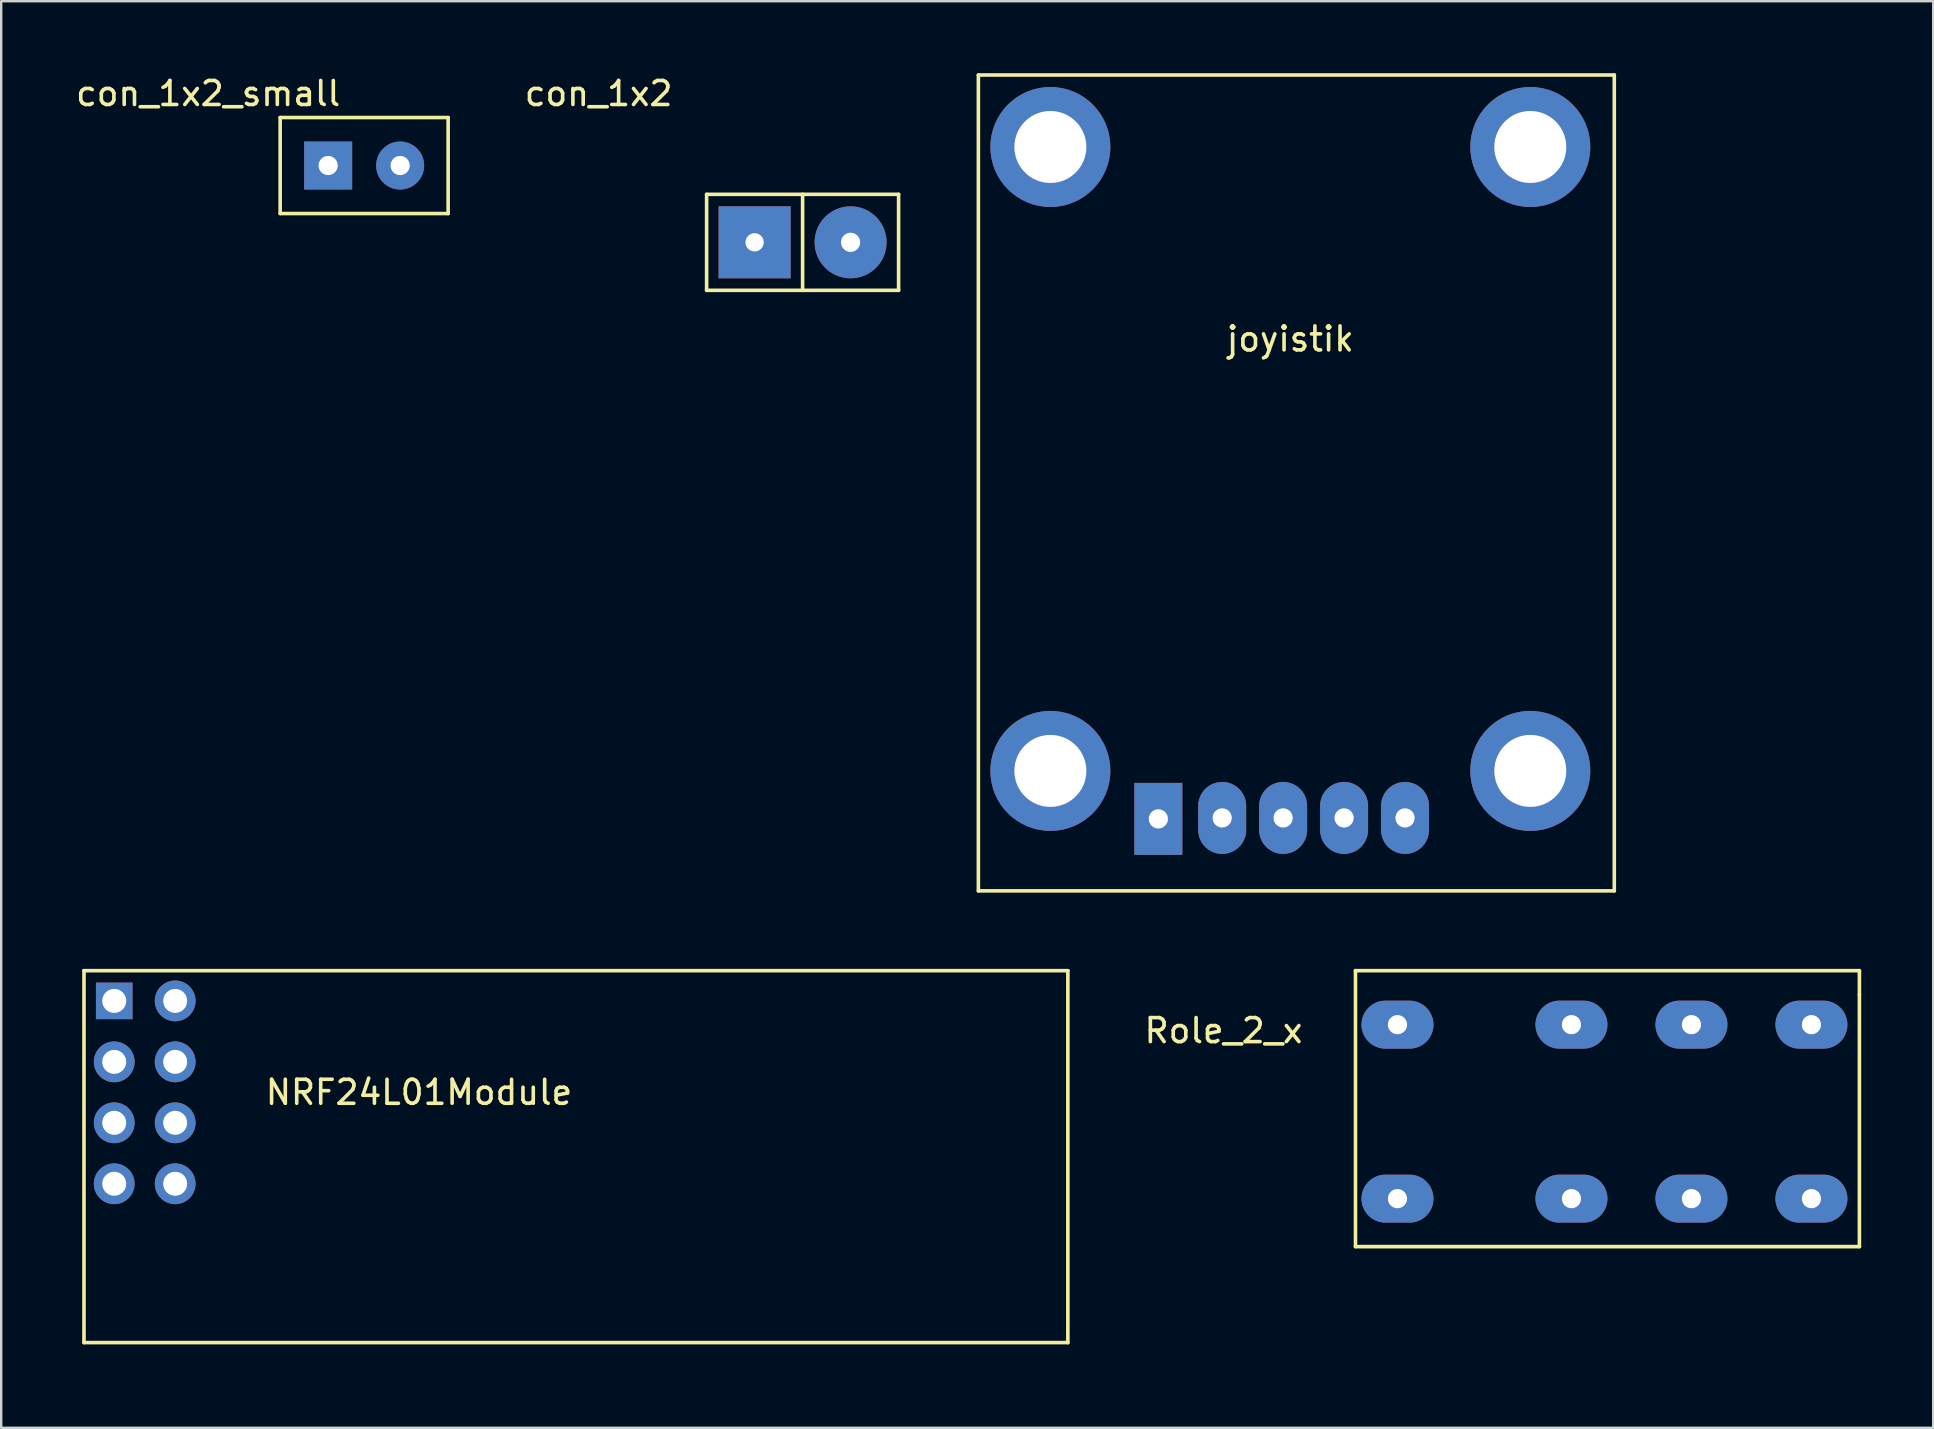
<source format=kicad_pcb>
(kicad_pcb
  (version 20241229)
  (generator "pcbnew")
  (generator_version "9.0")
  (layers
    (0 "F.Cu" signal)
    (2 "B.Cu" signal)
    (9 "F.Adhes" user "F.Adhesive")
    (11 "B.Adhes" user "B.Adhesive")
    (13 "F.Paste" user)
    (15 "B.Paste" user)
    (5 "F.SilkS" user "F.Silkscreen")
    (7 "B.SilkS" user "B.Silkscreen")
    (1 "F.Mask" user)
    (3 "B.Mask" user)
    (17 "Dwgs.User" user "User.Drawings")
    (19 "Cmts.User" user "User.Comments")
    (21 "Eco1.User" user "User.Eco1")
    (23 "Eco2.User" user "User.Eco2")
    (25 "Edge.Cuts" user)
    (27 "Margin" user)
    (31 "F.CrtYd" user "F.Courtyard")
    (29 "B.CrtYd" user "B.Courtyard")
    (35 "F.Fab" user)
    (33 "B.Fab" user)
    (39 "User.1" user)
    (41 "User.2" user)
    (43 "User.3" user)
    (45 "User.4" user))
  (footprint "Role_2_x"
    (layer "F.Cu")
    (at 53.436 48.9)
    (property "Reference" "Role_2_x" (at -5.5 -9 0) (layer "F.SilkS") (effects (font (size 1 1) (thickness 0.15))))
    (attr through_hole)
    (fp_line (start 0 -11.5) (end 0 0) (stroke (width 0.15) (type solid)) (layer "F.SilkS"))
    (fp_line (start 0 0) (end 21 0) (stroke (width 0.15) (type solid)) (layer "F.SilkS"))
    (fp_line (start 21 -11.5) (end 0 -11.5) (stroke (width 0.15) (type solid)) (layer "F.SilkS"))
    (fp_line (start 21 -10.5) (end 21 -11.5) (stroke (width 0.15) (type solid)) (layer "F.SilkS"))
    (fp_line (start 21 0) (end 21 -10.5) (stroke (width 0.15) (type solid)) (layer "F.SilkS"))
    (pad "1" thru_hole oval (at 1.75 -2) (size 3 2) (drill 0.8) (layers "*.Cu" "*.Mask"))
    (pad "2" thru_hole oval (at 1.75 -9.25) (size 3 2) (drill 0.8) (layers "*.Cu" "*.Mask"))
    (pad "3" thru_hole oval (at 9 -9.25) (size 3 2) (drill 0.8) (layers "*.Cu" "*.Mask"))
    (pad "4" thru_hole oval (at 14 -9.25) (size 3 2) (drill 0.8) (layers "*.Cu" "*.Mask"))
    (pad "5" thru_hole oval (at 19 -9.25) (size 3 2) (drill 0.8) (layers "*.Cu" "*.Mask"))
    (pad "6" thru_hole oval (at 9 -2) (size 3 2) (drill 0.8) (layers "*.Cu" "*.Mask"))
    (pad "7" thru_hole oval (at 14 -2) (size 3 2) (drill 0.8) (layers "*.Cu" "*.Mask"))
    (pad "8" thru_hole oval (at 19 -2) (size 3 2) (drill 0.8) (layers "*.Cu" "*.Mask")))
  (footprint "joyistik"
    (layer "F.Cu")
    (at 37.721 34.075)
    (property "Reference" "joyistik" (at 13 -23 0) (layer "F.SilkS") (effects (font (size 1 1) (thickness 0.15))))
    (attr through_hole)
    (fp_line (start 0 -34) (end 0 0) (stroke (width 0.15) (type solid)) (layer "F.SilkS"))
    (fp_line (start 0 0) (end 26.5 0) (stroke (width 0.15) (type solid)) (layer "F.SilkS"))
    (fp_line (start 26.5 -34) (end 0 -34) (stroke (width 0.15) (type solid)) (layer "F.SilkS"))
    (fp_line (start 26.5 0) (end 26.5 -34) (stroke (width 0.15) (type solid)) (layer "F.SilkS"))
    (pad "1" thru_hole rect (at 7.5 -3) (size 2 3) (drill 0.8) (layers "*.Cu" "*.Mask"))
    (pad "2" thru_hole oval (at 10.16 -3.04) (size 2 3) (drill 0.8) (layers "*.Cu" "*.Mask"))
    (pad "3" thru_hole oval (at 12.7 -3.04) (size 2 3) (drill 0.8) (layers "*.Cu" "*.Mask"))
    (pad "4" thru_hole oval (at 15.24 -3.04) (size 2 3) (drill 0.8) (layers "*.Cu" "*.Mask"))
    (pad "5" thru_hole oval (at 17.78 -3.04) (size 2 3) (drill 0.8) (layers "*.Cu" "*.Mask"))
    (pad "A" thru_hole circle (at 3 -31) (size 5 5) (drill 3) (layers "*.Cu" "*.Mask"))
    (pad "A" thru_hole circle (at 3 -5) (size 5 5) (drill 3) (layers "*.Cu" "*.Mask"))
    (pad "A" thru_hole circle (at 23 -31) (size 5 5) (drill 3) (layers "*.Cu" "*.Mask"))
    (pad "A" thru_hole circle (at 23 -5) (size 5 5) (drill 3) (layers "*.Cu" "*.Mask")))
  (footprint "NRF24L01Module"
    (layer "F.Cu")
    (at 0.25 53.2)
    (property "Reference" "NRF24L01Module" (at 14.16 -10.73 0) (layer "F.SilkS") (effects (font (size 1 1) (thickness 0.15))))
    (attr through_hole)
    (fp_line (start 0.2 -15.8) (end 0.2 -0.3) (stroke (width 0.15) (type solid)) (layer "F.SilkS"))
    (fp_line (start 0.2 -0.3) (end 41.2 -0.3) (stroke (width 0.15) (type solid)) (layer "F.SilkS"))
    (fp_line (start 41.2 -15.8) (end 0.2 -15.8) (stroke (width 0.15) (type solid)) (layer "F.SilkS"))
    (fp_line (start 41.2 -0.3) (end 41.2 -15.8) (stroke (width 0.15) (type solid)) (layer "F.SilkS"))
    (pad "1" thru_hole rect (at 1.46 -14.54) (size 1.524 1.524) (drill 1) (layers "*.Cu" "*.Mask"))
    (pad "2" thru_hole circle (at 4 -14.54) (size 1.7 1.7) (drill 1) (layers "*.Cu" "*.Mask"))
    (pad "3" thru_hole circle (at 1.46 -12) (size 1.7 1.7) (drill 1) (layers "*.Cu" "*.Mask"))
    (pad "4" thru_hole circle (at 4 -12) (size 1.7 1.7) (drill 1) (layers "*.Cu" "*.Mask"))
    (pad "5" thru_hole circle (at 1.46 -9.46) (size 1.7 1.7) (drill 1) (layers "*.Cu" "*.Mask"))
    (pad "6" thru_hole circle (at 4 -9.46) (size 1.7 1.7) (drill 1) (layers "*.Cu" "*.Mask"))
    (pad "7" thru_hole circle (at 1.46 -6.92) (size 1.7 1.7) (drill 1) (layers "*.Cu" "*.Mask"))
    (pad "8" thru_hole circle (at 4 -6.92) (size 1.7 1.7) (drill 1) (layers "*.Cu" "*.Mask")))
  (footprint "con_1x2_small"
    (layer "F.Cu")
    (at 8.625 5.848)
    (property "Reference" "con_1x2_small" (at -3 -5 0) (layer "F.SilkS") (effects (font (size 1 1) (thickness 0.15))))
    (attr through_hole)
    (fp_line (start 0 -4) (end 0 0) (stroke (width 0.15) (type solid)) (layer "F.SilkS"))
    (fp_line (start 0 0) (end 7 0) (stroke (width 0.15) (type solid)) (layer "F.SilkS"))
    (fp_line (start 7 -4) (end 0 -4) (stroke (width 0.15) (type solid)) (layer "F.SilkS"))
    (fp_line (start 7 0) (end 7 -4) (stroke (width 0.15) (type solid)) (layer "F.SilkS"))
    (pad "1" thru_hole rect (at 2 -2) (size 2 2) (drill 0.8) (layers "*.Cu" "*.Mask"))
    (pad "2" thru_hole circle (at 5 -2) (size 2 2) (drill 0.8) (layers "*.Cu" "*.Mask")))
  (footprint "con_1x2"
    (layer "F.Cu")
    (at 26.396 9.048)
    (property "Reference" "con_1x2" (at -4.5 -8.2 0) (layer "F.SilkS") (effects (font (size 1 1) (thickness 0.15))))
    (attr through_hole)
    (fp_line (start 0 -4) (end 0 0) (stroke (width 0.15) (type solid)) (layer "F.SilkS"))
    (fp_line (start 0 0) (end 8 0) (stroke (width 0.15) (type solid)) (layer "F.SilkS"))
    (fp_line (start 4 -4) (end 4 0) (stroke (width 0.15) (type solid)) (layer "F.SilkS"))
    (fp_line (start 8 -4) (end 0 -4) (stroke (width 0.15) (type solid)) (layer "F.SilkS"))
    (fp_line (start 8 0) (end 8 -4) (stroke (width 0.15) (type solid)) (layer "F.SilkS"))
    (pad "1" thru_hole rect (at 2 -2) (size 3 3) (drill 0.762) (layers "*.Cu" "*.Mask"))
    (pad "2" thru_hole circle (at 6 -2) (size 3 3) (drill 0.8) (layers "*.Cu" "*.Mask")))
  (gr_rect
    (start -3 -3)
    (end 77.511 56.45)
    (stroke (width 0.1) (type default))
    (fill no)
    (layer "Edge.Cuts")))
</source>
